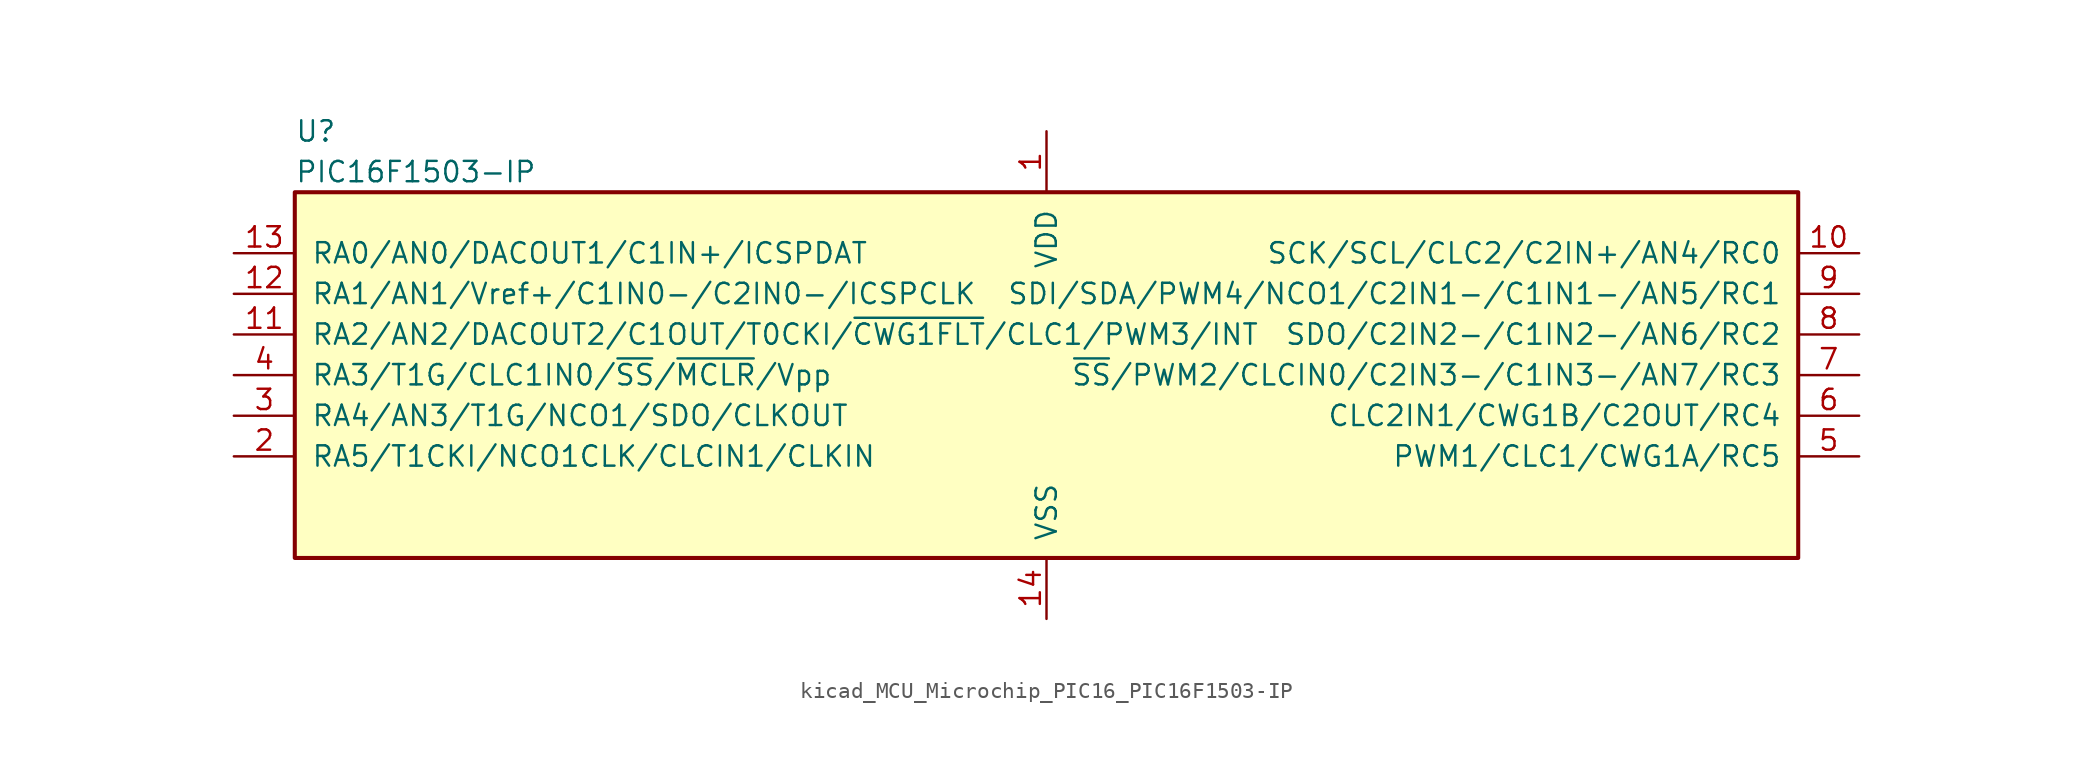
<source format=kicad_sym>
(kicad_symbol_lib
  (version 20220914)
  (generator kicad_symbol_editor)
  (symbol "kicad_MCU_Microchip_PIC16_PIC16F1503-IP"
    (pin_names
      (offset 1.016))
    (property "Reference" "U"
      (at -46.99 15.24 0)
      (effects (font (size 1.27 1.27)) (justify left)))
    (property "Value" "PIC16F1503-IP"
      (at -46.99 12.7 0)
      (effects (font (size 1.27 1.27)) (justify left)))
    (symbol "kicad_MCU_Microchip_PIC16_PIC16F1503-IP_0_1"
      (rectangle (start -46.99 11.43) (end 46.99 -11.43) (stroke (width 0.254) (type default)) (fill (type background))))
    (symbol "kicad_MCU_Microchip_PIC16_PIC16F1503-IP_1_1"
      (pin power_in line (at 0 15.24 270) (length 3.81) (name "VDD" (effects (font (size 1.27 1.27)))) (number "1" (effects (font (size 1.27 1.27)))))
      (pin bidirectional line (at 50.8 7.62 180) (length 3.81) (name "SCK/SCL/CLC2/C2IN+/AN4/RC0" (effects (font (size 1.27 1.27)))) (number "10" (effects (font (size 1.27 1.27)))))
      (pin bidirectional line (at -50.8 2.54 0) (length 3.81) (name "RA2/AN2/DACOUT2/C1OUT/T0CKI/~{CWG1FLT}/CLC1/PWM3/INT" (effects (font (size 1.27 1.27)))) (number "11" (effects (font (size 1.27 1.27)))))
      (pin bidirectional line (at -50.8 5.08 0) (length 3.81) (name "RA1/AN1/Vref+/C1IN0-/C2IN0-/ICSPCLK" (effects (font (size 1.27 1.27)))) (number "12" (effects (font (size 1.27 1.27)))))
      (pin bidirectional line (at -50.8 7.62 0) (length 3.81) (name "RA0/AN0/DACOUT1/C1IN+/ICSPDAT" (effects (font (size 1.27 1.27)))) (number "13" (effects (font (size 1.27 1.27)))))
      (pin power_in line (at 0 -15.24 90) (length 3.81) (name "VSS" (effects (font (size 1.27 1.27)))) (number "14" (effects (font (size 1.27 1.27)))))
      (pin bidirectional line (at -50.8 -5.08 0) (length 3.81) (name "RA5/T1CKI/NCO1CLK/CLCIN1/CLKIN" (effects (font (size 1.27 1.27)))) (number "2" (effects (font (size 1.27 1.27)))))
      (pin bidirectional line (at -50.8 -2.54 0) (length 3.81) (name "RA4/AN3/T1G/NCO1/SDO/CLKOUT" (effects (font (size 1.27 1.27)))) (number "3" (effects (font (size 1.27 1.27)))))
      (pin input line (at -50.8 0 0) (length 3.81) (name "RA3/T1G/CLC1IN0/~{SS}/~{MCLR}/Vpp" (effects (font (size 1.27 1.27)))) (number "4" (effects (font (size 1.27 1.27)))))
      (pin bidirectional line (at 50.8 -5.08 180) (length 3.81) (name "PWM1/CLC1/CWG1A/RC5" (effects (font (size 1.27 1.27)))) (number "5" (effects (font (size 1.27 1.27)))))
      (pin bidirectional line (at 50.8 -2.54 180) (length 3.81) (name "CLC2IN1/CWG1B/C2OUT/RC4" (effects (font (size 1.27 1.27)))) (number "6" (effects (font (size 1.27 1.27)))))
      (pin bidirectional line (at 50.8 0 180) (length 3.81) (name "~{SS}/PWM2/CLCIN0/C2IN3-/C1IN3-/AN7/RC3" (effects (font (size 1.27 1.27)))) (number "7" (effects (font (size 1.27 1.27)))))
      (pin bidirectional line (at 50.8 2.54 180) (length 3.81) (name "SDO/C2IN2-/C1IN2-/AN6/RC2" (effects (font (size 1.27 1.27)))) (number "8" (effects (font (size 1.27 1.27)))))
      (pin bidirectional line (at 50.8 5.08 180) (length 3.81) (name "SDI/SDA/PWM4/NCO1/C2IN1-/C1IN1-/AN5/RC1" (effects (font (size 1.27 1.27)))) (number "9" (effects (font (size 1.27 1.27))))))))
</source>
